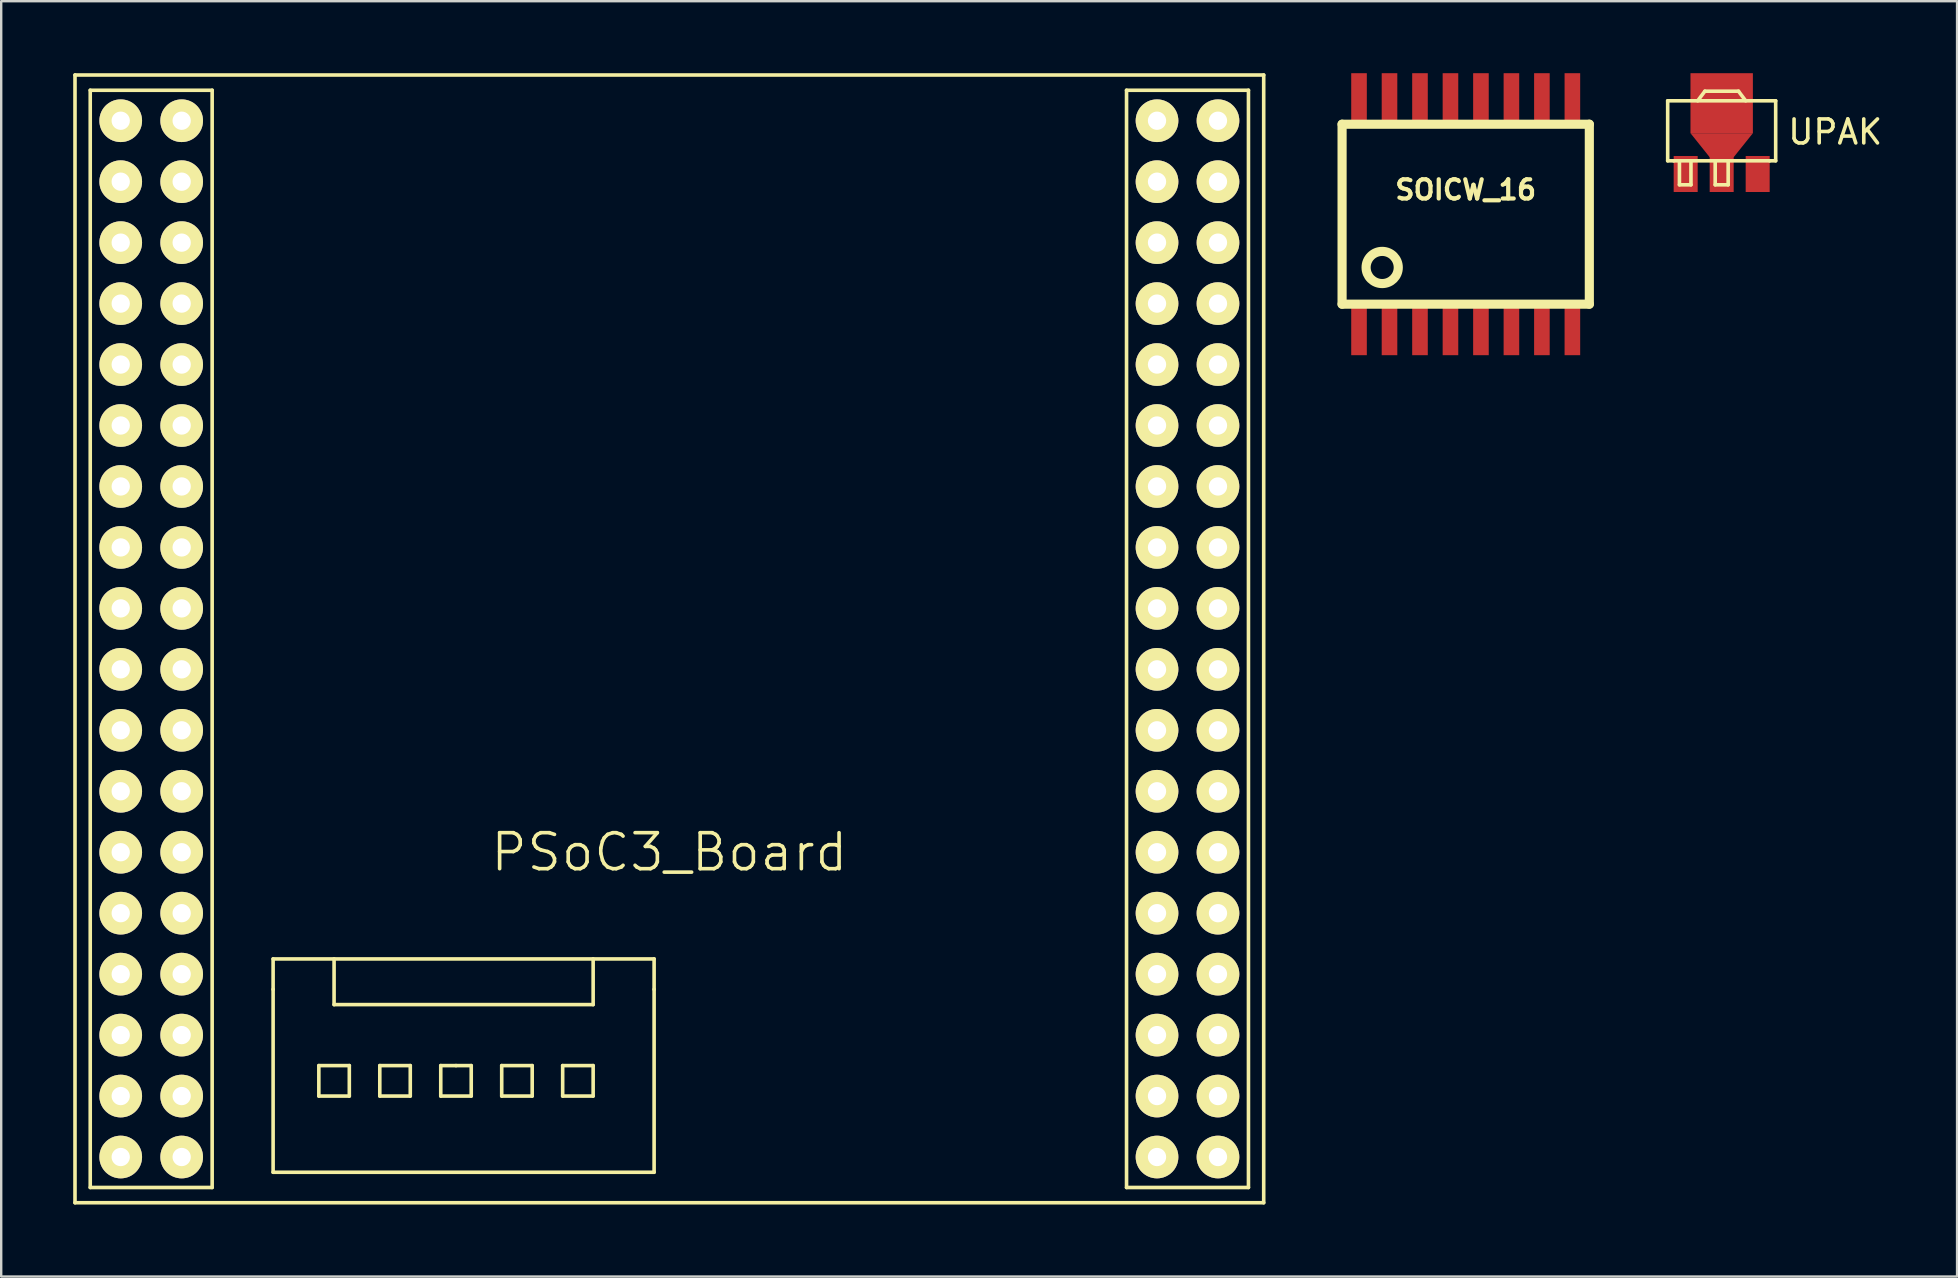
<source format=kicad_pcb>
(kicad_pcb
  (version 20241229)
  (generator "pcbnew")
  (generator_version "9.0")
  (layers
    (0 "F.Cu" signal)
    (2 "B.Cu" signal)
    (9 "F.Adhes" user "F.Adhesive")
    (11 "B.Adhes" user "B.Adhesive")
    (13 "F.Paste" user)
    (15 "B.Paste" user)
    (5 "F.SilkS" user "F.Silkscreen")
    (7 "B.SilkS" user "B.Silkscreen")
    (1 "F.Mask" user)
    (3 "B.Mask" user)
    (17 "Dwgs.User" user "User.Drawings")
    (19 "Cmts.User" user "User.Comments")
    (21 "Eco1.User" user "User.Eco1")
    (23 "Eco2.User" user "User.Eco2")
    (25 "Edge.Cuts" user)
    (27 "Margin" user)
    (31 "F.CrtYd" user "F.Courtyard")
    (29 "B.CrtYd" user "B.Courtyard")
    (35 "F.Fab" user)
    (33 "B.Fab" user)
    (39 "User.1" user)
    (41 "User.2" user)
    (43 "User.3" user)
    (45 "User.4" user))
  (footprint "UPAK"
    (layer "F.Cu")
    (at 67.188 4.2)
    (property "Reference" "UPAK" (at 6.23 -1.75 0) (layer "F.SilkS") (effects (font (size 1 1) (thickness 0.15))))
    (attr through_hole)
    (fp_line (start -0.75 -3.05) (end -0.75 -0.55) (stroke (width 0.15) (type solid)) (layer "F.SilkS"))
    (fp_line (start -0.5 -0.55) (end -0.75 -0.55) (stroke (width 0.15) (type solid)) (layer "F.SilkS"))
    (fp_line (start -0.26 -0.55) (end -0.26 0.45) (stroke (width 0.15) (type solid)) (layer "F.SilkS"))
    (fp_line (start -0.26 0.45) (end 0.22 0.45) (stroke (width 0.15) (type solid)) (layer "F.SilkS"))
    (fp_line (start 0.22 0.45) (end 0.22 -0.55) (stroke (width 0.15) (type solid)) (layer "F.SilkS"))
    (fp_line (start 0.5 -3.05) (end 0.8 -3.45) (stroke (width 0.15) (type solid)) (layer "F.SilkS"))
    (fp_line (start 1.23 -0.55) (end 1.23 0.45) (stroke (width 0.15) (type solid)) (layer "F.SilkS"))
    (fp_line (start 1.23 0.45) (end 1.77 0.45) (stroke (width 0.15) (type solid)) (layer "F.SilkS"))
    (fp_line (start 1.77 0.45) (end 1.77 -0.55) (stroke (width 0.15) (type solid)) (layer "F.SilkS"))
    (fp_line (start 2.2 -3.45) (end 0.8 -3.45) (stroke (width 0.15) (type solid)) (layer "F.SilkS"))
    (fp_line (start 2.5 -3.05) (end 2.2 -3.45) (stroke (width 0.15) (type solid)) (layer "F.SilkS"))
    (fp_line (start 3.5 -0.55) (end -0.5 -0.55) (stroke (width 0.15) (type solid)) (layer "F.SilkS"))
    (fp_line (start 3.5 -0.55) (end 3.75 -0.55) (stroke (width 0.15) (type solid)) (layer "F.SilkS"))
    (fp_line (start 3.75 -3.05) (end -0.75 -3.05) (stroke (width 0.15) (type solid)) (layer "F.SilkS"))
    (fp_line (start 3.75 -0.55) (end 3.75 -3.05) (stroke (width 0.15) (type solid)) (layer "F.SilkS"))
    (pad "1" smd rect (at 0 0) (size 1 1.5) (layers "F.Cu" "F.Mask" "F.Paste"))
    (pad "2" smd rect (at 1.5 -2.95 180) (size 2.6 2.5) (layers "F.Cu" "F.Mask" "F.Paste"))
    (pad "2" smd trapezoid (at 1.5 -1.2 180) (size 1.8 1) (rect_delta 0 0.8) (layers "F.Cu" "F.Mask" "F.Paste"))
    (pad "2" smd rect (at 1.5 0) (size 1 1.5) (layers "F.Cu" "F.Mask" "F.Paste"))
    (pad "3" smd rect (at 3 0) (size 1 1.5) (layers "F.Cu" "F.Mask" "F.Paste")))
  (footprint "SOICW_16"
    (layer "F.Cu")
    (at 58.022 5.875)
    (property "Reference" "SOICW_16" (at 0 -1.016 0) (layer "F.SilkS") (effects (font (size 0.8 0.8) (thickness 0.175))))
    (attr through_hole)
    (fp_line (start -5.151 -3.749) (end -5.151 3.749) (stroke (width 0.381) (type solid)) (layer "F.SilkS"))
    (fp_line (start -5.151 3.749) (end 5.151 3.749) (stroke (width 0.381) (type solid)) (layer "F.SilkS"))
    (fp_line (start 5.151 -3.749) (end -5.151 -3.749) (stroke (width 0.381) (type solid)) (layer "F.SilkS"))
    (fp_line (start 5.151 3.749) (end 5.151 -3.749) (stroke (width 0.381) (type solid)) (layer "F.SilkS"))
    (fp_circle (center -3.48 2.22) (end -2.949 2.629) (stroke (width 0.381) (type solid)) (fill no) (layer "F.SilkS"))
    (pad "1" smd rect (at -4.445 4.75) (size 0.65 2.25) (layers "F.Cu" "F.Mask" "F.Paste"))
    (pad "2" smd rect (at -3.175 4.75) (size 0.65 2.25) (layers "F.Cu" "F.Mask" "F.Paste"))
    (pad "3" smd rect (at -1.905 4.75) (size 0.65 2.25) (layers "F.Cu" "F.Mask" "F.Paste"))
    (pad "4" smd rect (at -0.635 4.75) (size 0.65 2.25) (layers "F.Cu" "F.Mask" "F.Paste"))
    (pad "5" smd rect (at 0.635 4.75) (size 0.65 2.25) (layers "F.Cu" "F.Mask" "F.Paste"))
    (pad "6" smd rect (at 1.905 4.75) (size 0.65 2.25) (layers "F.Cu" "F.Mask" "F.Paste"))
    (pad "7" smd rect (at 3.175 4.75) (size 0.65 2.25) (layers "F.Cu" "F.Mask" "F.Paste"))
    (pad "8" smd rect (at 4.445 4.75) (size 0.65 2.25) (layers "F.Cu" "F.Mask" "F.Paste"))
    (pad "9" smd rect (at 4.445 -4.75) (size 0.65 2.25) (layers "F.Cu" "F.Mask" "F.Paste"))
    (pad "10" smd rect (at 3.175 -4.75) (size 0.65 2.25) (layers "F.Cu" "F.Mask" "F.Paste"))
    (pad "11" smd rect (at 1.905 -4.75) (size 0.65 2.25) (layers "F.Cu" "F.Mask" "F.Paste"))
    (pad "12" smd rect (at 0.635 -4.75) (size 0.65 2.25) (layers "F.Cu" "F.Mask" "F.Paste"))
    (pad "13" smd rect (at -0.635 -4.75) (size 0.65 2.25) (layers "F.Cu" "F.Mask" "F.Paste"))
    (pad "14" smd rect (at -1.905 -4.75) (size 0.65 2.25) (layers "F.Cu" "F.Mask" "F.Paste"))
    (pad "15" smd rect (at -3.175 -4.75) (size 0.65 2.25) (layers "F.Cu" "F.Mask" "F.Paste"))
    (pad "16" smd rect (at -4.445 -4.75) (size 0.65 2.25) (layers "F.Cu" "F.Mask" "F.Paste")))
  (footprint "PSoC3_Board"
    (layer "F.Cu")
    (at 24.84 23.57)
    (property "Reference" "PSoC3_Board" (at 0 8.89 0) (layer "F.SilkS") (effects (font (size 1.5 1.5) (thickness 0.15))))
    (attr through_hole)
    (fp_line (start -24.765 -23.495) (end -24.765 23.495) (stroke (width 0.15) (type solid)) (layer "F.SilkS"))
    (fp_line (start -24.765 23.495) (end 24.765 23.495) (stroke (width 0.15) (type solid)) (layer "F.SilkS"))
    (fp_line (start -24.13 -22.86) (end -19.05 -22.86) (stroke (width 0.15) (type solid)) (layer "F.SilkS"))
    (fp_line (start -24.13 22.86) (end -24.13 -22.86) (stroke (width 0.15) (type solid)) (layer "F.SilkS"))
    (fp_line (start -19.05 -22.86) (end -19.05 22.86) (stroke (width 0.15) (type solid)) (layer "F.SilkS"))
    (fp_line (start -19.05 22.86) (end -24.13 22.86) (stroke (width 0.15) (type solid)) (layer "F.SilkS"))
    (fp_line (start -16.51 13.335) (end -16.51 14.605) (stroke (width 0.15) (type solid)) (layer "F.SilkS"))
    (fp_line (start -16.51 13.335) (end -0.635 13.335) (stroke (width 0.15) (type solid)) (layer "F.SilkS"))
    (fp_line (start -16.51 14.605) (end -16.51 22.225) (stroke (width 0.15) (type solid)) (layer "F.SilkS"))
    (fp_line (start -16.51 22.225) (end -0.635 22.225) (stroke (width 0.15) (type solid)) (layer "F.SilkS"))
    (fp_line (start -14.605 17.78) (end -14.605 19.05) (stroke (width 0.15) (type solid)) (layer "F.SilkS"))
    (fp_line (start -14.605 19.05) (end -13.335 19.05) (stroke (width 0.15) (type solid)) (layer "F.SilkS"))
    (fp_line (start -13.97 13.335) (end -13.97 15.24) (stroke (width 0.15) (type solid)) (layer "F.SilkS"))
    (fp_line (start -13.335 17.78) (end -14.605 17.78) (stroke (width 0.15) (type solid)) (layer "F.SilkS"))
    (fp_line (start -13.335 19.05) (end -13.335 17.78) (stroke (width 0.15) (type solid)) (layer "F.SilkS"))
    (fp_line (start -12.065 17.78) (end -12.065 19.05) (stroke (width 0.15) (type solid)) (layer "F.SilkS"))
    (fp_line (start -12.065 19.05) (end -10.795 19.05) (stroke (width 0.15) (type solid)) (layer "F.SilkS"))
    (fp_line (start -10.795 17.78) (end -12.065 17.78) (stroke (width 0.15) (type solid)) (layer "F.SilkS"))
    (fp_line (start -10.795 19.05) (end -10.795 17.78) (stroke (width 0.15) (type solid)) (layer "F.SilkS"))
    (fp_line (start -9.525 17.78) (end -9.525 19.05) (stroke (width 0.15) (type solid)) (layer "F.SilkS"))
    (fp_line (start -9.525 19.05) (end -8.255 19.05) (stroke (width 0.15) (type solid)) (layer "F.SilkS"))
    (fp_line (start -8.89 17.78) (end -9.525 17.78) (stroke (width 0.15) (type solid)) (layer "F.SilkS"))
    (fp_line (start -8.255 17.78) (end -8.89 17.78) (stroke (width 0.15) (type solid)) (layer "F.SilkS"))
    (fp_line (start -8.255 19.05) (end -8.255 17.78) (stroke (width 0.15) (type solid)) (layer "F.SilkS"))
    (fp_line (start -6.985 17.78) (end -6.985 19.05) (stroke (width 0.15) (type solid)) (layer "F.SilkS"))
    (fp_line (start -6.985 19.05) (end -5.715 19.05) (stroke (width 0.15) (type solid)) (layer "F.SilkS"))
    (fp_line (start -5.715 17.78) (end -6.985 17.78) (stroke (width 0.15) (type solid)) (layer "F.SilkS"))
    (fp_line (start -5.715 19.05) (end -5.715 17.78) (stroke (width 0.15) (type solid)) (layer "F.SilkS"))
    (fp_line (start -4.445 17.78) (end -4.445 19.05) (stroke (width 0.15) (type solid)) (layer "F.SilkS"))
    (fp_line (start -4.445 19.05) (end -3.175 19.05) (stroke (width 0.15) (type solid)) (layer "F.SilkS"))
    (fp_line (start -3.175 13.335) (end -3.175 15.24) (stroke (width 0.15) (type solid)) (layer "F.SilkS"))
    (fp_line (start -3.175 15.24) (end -13.97 15.24) (stroke (width 0.15) (type solid)) (layer "F.SilkS"))
    (fp_line (start -3.175 17.78) (end -4.445 17.78) (stroke (width 0.15) (type solid)) (layer "F.SilkS"))
    (fp_line (start -3.175 19.05) (end -3.175 17.78) (stroke (width 0.15) (type solid)) (layer "F.SilkS"))
    (fp_line (start -0.635 13.335) (end -0.635 14.605) (stroke (width 0.15) (type solid)) (layer "F.SilkS"))
    (fp_line (start -0.635 22.225) (end -0.635 14.605) (stroke (width 0.15) (type solid)) (layer "F.SilkS"))
    (fp_line (start 19.05 -22.86) (end 19.05 22.86) (stroke (width 0.15) (type solid)) (layer "F.SilkS"))
    (fp_line (start 19.05 22.86) (end 24.13 22.86) (stroke (width 0.15) (type solid)) (layer "F.SilkS"))
    (fp_line (start 24.13 -22.86) (end 19.05 -22.86) (stroke (width 0.15) (type solid)) (layer "F.SilkS"))
    (fp_line (start 24.13 22.86) (end 24.13 -22.86) (stroke (width 0.15) (type solid)) (layer "F.SilkS"))
    (fp_line (start 24.765 -23.495) (end -24.765 -23.495) (stroke (width 0.15) (type solid)) (layer "F.SilkS"))
    (fp_line (start 24.765 23.495) (end 24.765 -23.495) (stroke (width 0.15) (type solid)) (layer "F.SilkS"))
    (pad "1" thru_hole circle (at -20.32 -21.59) (size 1.778 1.778) (drill 0.762) (layers "*.Cu" "*.Mask" "F.SilkS"))
    (pad "2" thru_hole circle (at -22.86 -21.59) (size 1.778 1.778) (drill 0.762) (layers "*.Cu" "*.Mask" "F.SilkS"))
    (pad "3" thru_hole circle (at -20.32 -19.05) (size 1.778 1.778) (drill 0.762) (layers "*.Cu" "*.Mask" "F.SilkS"))
    (pad "4" thru_hole circle (at -22.86 -19.05) (size 1.778 1.778) (drill 0.762) (layers "*.Cu" "*.Mask" "F.SilkS"))
    (pad "5" thru_hole circle (at -20.32 -16.51) (size 1.778 1.778) (drill 0.762) (layers "*.Cu" "*.Mask" "F.SilkS"))
    (pad "6" thru_hole circle (at -22.86 -16.51) (size 1.778 1.778) (drill 0.762) (layers "*.Cu" "*.Mask" "F.SilkS"))
    (pad "7" thru_hole circle (at -20.32 -13.97) (size 1.778 1.778) (drill 0.762) (layers "*.Cu" "*.Mask" "F.SilkS"))
    (pad "8" thru_hole circle (at -22.86 -13.97) (size 1.778 1.778) (drill 0.762) (layers "*.Cu" "*.Mask" "F.SilkS"))
    (pad "9" thru_hole circle (at -20.32 -11.43) (size 1.778 1.778) (drill 0.762) (layers "*.Cu" "*.Mask" "F.SilkS"))
    (pad "10" thru_hole circle (at -22.86 -11.43) (size 1.778 1.778) (drill 0.762) (layers "*.Cu" "*.Mask" "F.SilkS"))
    (pad "11" thru_hole circle (at -20.32 -8.89) (size 1.778 1.778) (drill 0.762) (layers "*.Cu" "*.Mask" "F.SilkS"))
    (pad "12" thru_hole circle (at -22.86 -8.89) (size 1.778 1.778) (drill 0.762) (layers "*.Cu" "*.Mask" "F.SilkS"))
    (pad "13" thru_hole circle (at -20.32 -6.35) (size 1.778 1.778) (drill 0.762) (layers "*.Cu" "*.Mask" "F.SilkS"))
    (pad "14" thru_hole circle (at -22.86 -6.35) (size 1.778 1.778) (drill 0.762) (layers "*.Cu" "*.Mask" "F.SilkS"))
    (pad "15" thru_hole circle (at -20.32 -3.81) (size 1.778 1.778) (drill 0.762) (layers "*.Cu" "*.Mask" "F.SilkS"))
    (pad "16" thru_hole circle (at -22.86 -3.81) (size 1.778 1.778) (drill 0.762) (layers "*.Cu" "*.Mask" "F.SilkS"))
    (pad "17" thru_hole circle (at -20.32 -1.27) (size 1.778 1.778) (drill 0.762) (layers "*.Cu" "*.Mask" "F.SilkS"))
    (pad "18" thru_hole circle (at -22.86 -1.27) (size 1.778 1.778) (drill 0.762) (layers "*.Cu" "*.Mask" "F.SilkS"))
    (pad "19" thru_hole circle (at -20.32 1.27) (size 1.778 1.778) (drill 0.762) (layers "*.Cu" "*.Mask" "F.SilkS"))
    (pad "20" thru_hole circle (at -22.86 1.27) (size 1.778 1.778) (drill 0.762) (layers "*.Cu" "*.Mask" "F.SilkS"))
    (pad "21" thru_hole circle (at -20.32 3.81) (size 1.778 1.778) (drill 0.762) (layers "*.Cu" "*.Mask" "F.SilkS"))
    (pad "22" thru_hole circle (at -22.86 3.81) (size 1.778 1.778) (drill 0.762) (layers "*.Cu" "*.Mask" "F.SilkS"))
    (pad "23" thru_hole circle (at -20.32 6.35) (size 1.778 1.778) (drill 0.762) (layers "*.Cu" "*.Mask" "F.SilkS"))
    (pad "24" thru_hole circle (at -22.86 6.35) (size 1.778 1.778) (drill 0.762) (layers "*.Cu" "*.Mask" "F.SilkS"))
    (pad "25" thru_hole circle (at -20.32 8.89) (size 1.778 1.778) (drill 0.762) (layers "*.Cu" "*.Mask" "F.SilkS"))
    (pad "26" thru_hole circle (at -22.86 8.89) (size 1.778 1.778) (drill 0.762) (layers "*.Cu" "*.Mask" "F.SilkS"))
    (pad "27" thru_hole circle (at -20.32 11.43) (size 1.778 1.778) (drill 0.762) (layers "*.Cu" "*.Mask" "F.SilkS"))
    (pad "28" thru_hole circle (at -22.86 11.43) (size 1.778 1.778) (drill 0.762) (layers "*.Cu" "*.Mask" "F.SilkS"))
    (pad "29" thru_hole circle (at -20.32 13.97) (size 1.778 1.778) (drill 0.762) (layers "*.Cu" "*.Mask" "F.SilkS"))
    (pad "30" thru_hole circle (at -22.86 13.97) (size 1.778 1.778) (drill 0.762) (layers "*.Cu" "*.Mask" "F.SilkS"))
    (pad "31" thru_hole circle (at -20.32 16.51) (size 1.778 1.778) (drill 0.762) (layers "*.Cu" "*.Mask" "F.SilkS"))
    (pad "32" thru_hole circle (at -22.86 16.51) (size 1.778 1.778) (drill 0.762) (layers "*.Cu" "*.Mask" "F.SilkS"))
    (pad "33" thru_hole circle (at -20.32 19.05) (size 1.778 1.778) (drill 0.762) (layers "*.Cu" "*.Mask" "F.SilkS"))
    (pad "34" thru_hole circle (at -22.86 19.05) (size 1.778 1.778) (drill 0.762) (layers "*.Cu" "*.Mask" "F.SilkS"))
    (pad "35" thru_hole circle (at -20.32 21.59) (size 1.778 1.778) (drill 0.762) (layers "*.Cu" "*.Mask" "F.SilkS"))
    (pad "36" thru_hole circle (at -22.86 21.59) (size 1.778 1.778) (drill 0.762) (layers "*.Cu" "*.Mask" "F.SilkS"))
    (pad "37" thru_hole circle (at 22.86 -21.59) (size 1.778 1.778) (drill 0.762) (layers "*.Cu" "*.Mask" "F.SilkS"))
    (pad "38" thru_hole circle (at 20.32 -21.59) (size 1.778 1.778) (drill 0.762) (layers "*.Cu" "*.Mask" "F.SilkS"))
    (pad "39" thru_hole circle (at 22.86 -19.05) (size 1.778 1.778) (drill 0.762) (layers "*.Cu" "*.Mask" "F.SilkS"))
    (pad "40" thru_hole circle (at 20.32 -19.05) (size 1.778 1.778) (drill 0.762) (layers "*.Cu" "*.Mask" "F.SilkS"))
    (pad "41" thru_hole circle (at 22.86 -16.51) (size 1.778 1.778) (drill 0.762) (layers "*.Cu" "*.Mask" "F.SilkS"))
    (pad "42" thru_hole circle (at 20.32 -16.51) (size 1.778 1.778) (drill 0.762) (layers "*.Cu" "*.Mask" "F.SilkS"))
    (pad "43" thru_hole circle (at 22.86 -13.97) (size 1.778 1.778) (drill 0.762) (layers "*.Cu" "*.Mask" "F.SilkS"))
    (pad "44" thru_hole circle (at 20.32 -13.97) (size 1.778 1.778) (drill 0.762) (layers "*.Cu" "*.Mask" "F.SilkS"))
    (pad "45" thru_hole circle (at 22.86 -11.43) (size 1.778 1.778) (drill 0.762) (layers "*.Cu" "*.Mask" "F.SilkS"))
    (pad "46" thru_hole circle (at 20.32 -11.43) (size 1.778 1.778) (drill 0.762) (layers "*.Cu" "*.Mask" "F.SilkS"))
    (pad "47" thru_hole circle (at 22.86 -8.89) (size 1.778 1.778) (drill 0.762) (layers "*.Cu" "*.Mask" "F.SilkS"))
    (pad "48" thru_hole circle (at 20.32 -8.89) (size 1.778 1.778) (drill 0.762) (layers "*.Cu" "*.Mask" "F.SilkS"))
    (pad "49" thru_hole circle (at 22.86 -6.35) (size 1.778 1.778) (drill 0.762) (layers "*.Cu" "*.Mask" "F.SilkS"))
    (pad "50" thru_hole circle (at 20.32 -6.35) (size 1.778 1.778) (drill 0.762) (layers "*.Cu" "*.Mask" "F.SilkS"))
    (pad "51" thru_hole circle (at 22.86 -3.81) (size 1.778 1.778) (drill 0.762) (layers "*.Cu" "*.Mask" "F.SilkS"))
    (pad "52" thru_hole circle (at 20.32 -3.81) (size 1.778 1.778) (drill 0.762) (layers "*.Cu" "*.Mask" "F.SilkS"))
    (pad "53" thru_hole circle (at 22.86 -1.27) (size 1.778 1.778) (drill 0.762) (layers "*.Cu" "*.Mask" "F.SilkS"))
    (pad "54" thru_hole circle (at 20.32 -1.27) (size 1.778 1.778) (drill 0.762) (layers "*.Cu" "*.Mask" "F.SilkS"))
    (pad "55" thru_hole circle (at 22.86 1.27) (size 1.778 1.778) (drill 0.762) (layers "*.Cu" "*.Mask" "F.SilkS"))
    (pad "56" thru_hole circle (at 20.32 1.27) (size 1.778 1.778) (drill 0.762) (layers "*.Cu" "*.Mask" "F.SilkS"))
    (pad "57" thru_hole circle (at 22.86 3.81) (size 1.778 1.778) (drill 0.762) (layers "*.Cu" "*.Mask" "F.SilkS"))
    (pad "58" thru_hole circle (at 20.32 3.81) (size 1.778 1.778) (drill 0.762) (layers "*.Cu" "*.Mask" "F.SilkS"))
    (pad "59" thru_hole circle (at 22.86 6.35) (size 1.778 1.778) (drill 0.762) (layers "*.Cu" "*.Mask" "F.SilkS"))
    (pad "60" thru_hole circle (at 20.32 6.35) (size 1.778 1.778) (drill 0.762) (layers "*.Cu" "*.Mask" "F.SilkS"))
    (pad "61" thru_hole circle (at 22.86 8.89) (size 1.778 1.778) (drill 0.762) (layers "*.Cu" "*.Mask" "F.SilkS"))
    (pad "62" thru_hole circle (at 20.32 8.89) (size 1.778 1.778) (drill 0.762) (layers "*.Cu" "*.Mask" "F.SilkS"))
    (pad "63" thru_hole circle (at 22.86 11.43) (size 1.778 1.778) (drill 0.762) (layers "*.Cu" "*.Mask" "F.SilkS"))
    (pad "64" thru_hole circle (at 20.32 11.43) (size 1.778 1.778) (drill 0.762) (layers "*.Cu" "*.Mask" "F.SilkS"))
    (pad "65" thru_hole circle (at 22.86 13.97) (size 1.778 1.778) (drill 0.762) (layers "*.Cu" "*.Mask" "F.SilkS"))
    (pad "66" thru_hole circle (at 20.32 13.97) (size 1.778 1.778) (drill 0.762) (layers "*.Cu" "*.Mask" "F.SilkS"))
    (pad "67" thru_hole circle (at 22.86 16.51) (size 1.778 1.778) (drill 0.762) (layers "*.Cu" "*.Mask" "F.SilkS"))
    (pad "68" thru_hole circle (at 20.32 16.51) (size 1.778 1.778) (drill 0.762) (layers "*.Cu" "*.Mask" "F.SilkS"))
    (pad "69" thru_hole circle (at 22.86 19.05) (size 1.778 1.778) (drill 0.762) (layers "*.Cu" "*.Mask" "F.SilkS"))
    (pad "70" thru_hole circle (at 20.32 19.05) (size 1.778 1.778) (drill 0.762) (layers "*.Cu" "*.Mask" "F.SilkS"))
    (pad "71" thru_hole circle (at 22.86 21.59) (size 1.778 1.778) (drill 0.762) (layers "*.Cu" "*.Mask" "F.SilkS"))
    (pad "72" thru_hole circle (at 20.32 21.59) (size 1.778 1.778) (drill 0.762) (layers "*.Cu" "*.Mask" "F.SilkS")))
  (gr_rect
    (start -3 -3)
    (end 78.496 50.14)
    (stroke (width 0.1) (type default))
    (fill no)
    (layer "Edge.Cuts")))
</source>
